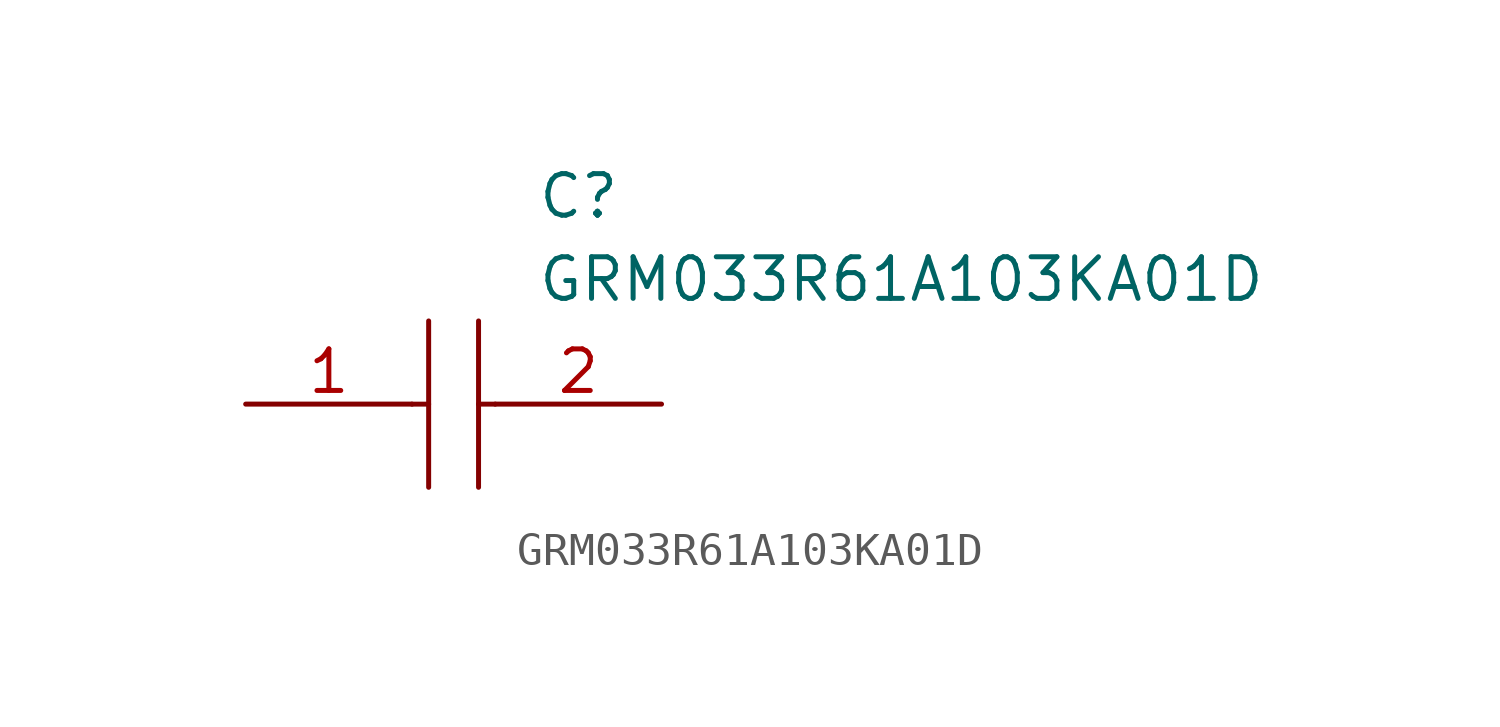
<source format=kicad_sym>
(kicad_symbol_lib
  (version 20211014)
  (generator kicad_symbol_editor)
  (symbol "GRM033R61A103KA01D"
    (pin_names
      (offset 0.762))
    (property "Reference" "C"
      (at 8.89 6.35 0)
      (effects (font (size 1.27 1.27)) (justify left)))
    (property "Value" "GRM033R61A103KA01D"
      (at 8.89 3.81 0)
      (effects (font (size 1.27 1.27)) (justify left)))
    (symbol "GRM033R61A103KA01D_0_0"
      (pin passive line (at 0 0 0) (length 5.08) (name "~" (effects (font (size 1.27 1.27)))) (number "1" (effects (font (size 1.27 1.27)))))
      (pin passive line (at 12.7 0 180) (length 5.08) (name "~" (effects (font (size 1.27 1.27)))) (number "2" (effects (font (size 1.27 1.27))))))
    (symbol "GRM033R61A103KA01D_0_1"
      (polyline (pts (xy 5.08 0) (xy 5.588 0)) (stroke (width 0.152) (type default) (color 0 0 0 0)) (fill (type none)))
      (polyline (pts (xy 5.588 2.54) (xy 5.588 -2.54)) (stroke (width 0.152) (type default) (color 0 0 0 0)) (fill (type none)))
      (polyline (pts (xy 7.112 0) (xy 7.62 0)) (stroke (width 0.152) (type default) (color 0 0 0 0)) (fill (type none)))
      (polyline (pts (xy 7.112 2.54) (xy 7.112 -2.54)) (stroke (width 0.152) (type default) (color 0 0 0 0)) (fill (type none))))))
</source>
